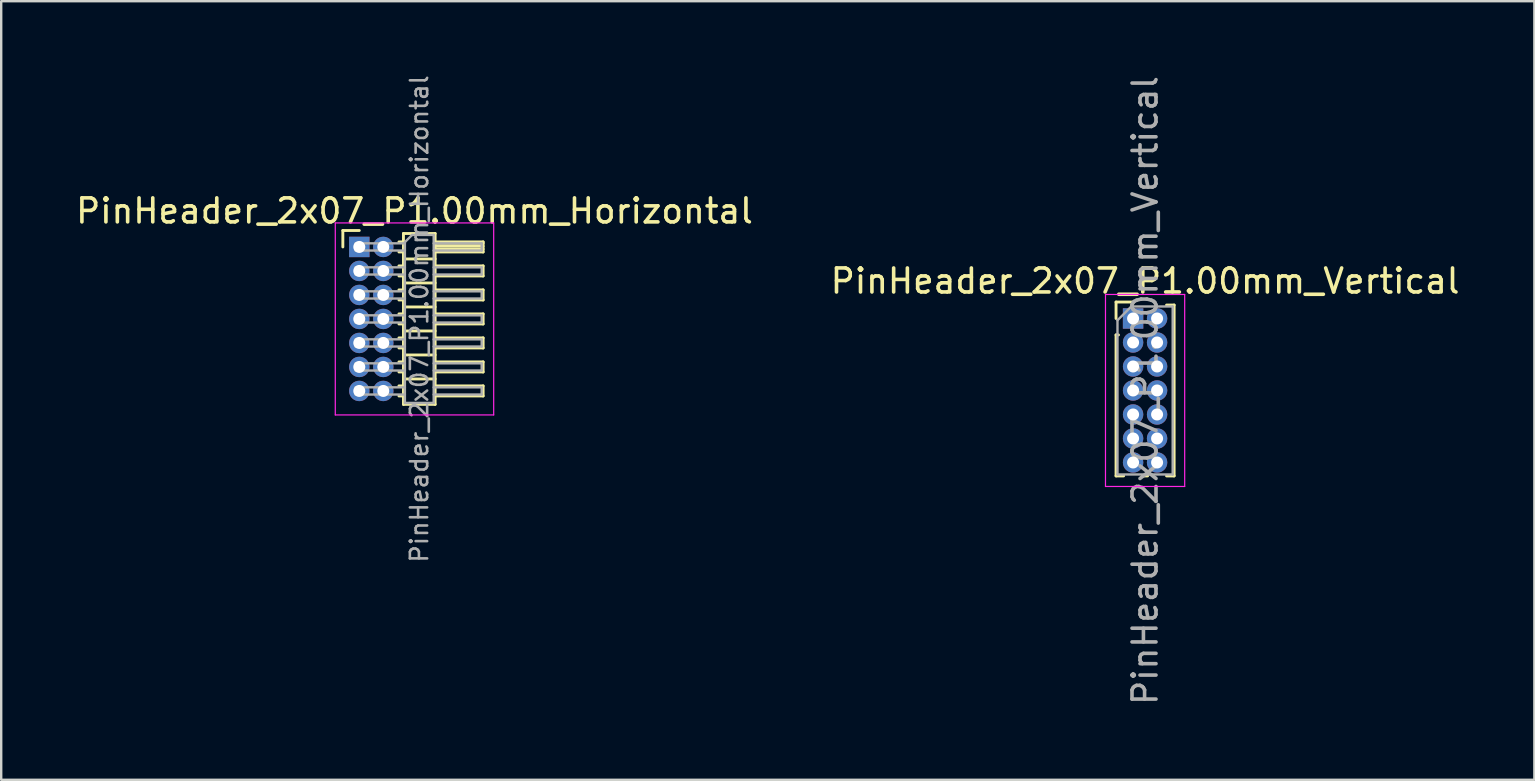
<source format=kicad_pcb>
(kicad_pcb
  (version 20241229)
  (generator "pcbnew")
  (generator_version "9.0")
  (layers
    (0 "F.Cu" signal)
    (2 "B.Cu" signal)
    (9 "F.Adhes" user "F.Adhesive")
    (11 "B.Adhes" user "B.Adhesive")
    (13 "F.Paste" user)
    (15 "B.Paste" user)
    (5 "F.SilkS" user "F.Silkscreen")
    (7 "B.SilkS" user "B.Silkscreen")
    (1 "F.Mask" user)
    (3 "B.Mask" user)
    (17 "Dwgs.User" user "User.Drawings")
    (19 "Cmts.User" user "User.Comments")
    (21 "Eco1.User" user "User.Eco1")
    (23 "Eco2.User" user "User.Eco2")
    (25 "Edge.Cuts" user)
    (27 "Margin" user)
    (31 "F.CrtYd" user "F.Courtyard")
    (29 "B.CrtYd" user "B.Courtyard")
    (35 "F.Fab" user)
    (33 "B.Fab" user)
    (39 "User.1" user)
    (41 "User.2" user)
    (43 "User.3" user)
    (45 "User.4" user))
  (footprint "PinHeader_2x07_P1.00mm_Horizontal"
    (layer "F.Cu")
    (at 11.92 7.239)
    (property "Reference" "PinHeader_2x07_P1.00mm_Horizontal" (at 2.3 -1.5 0) (layer "F.SilkS") (effects (font (size 1 1) (thickness 0.15))))
    (attr through_hole)
    (fp_line (start -0.685 -0.685) (end 0 -0.685) (stroke (width 0.12) (type solid)) (layer "F.SilkS"))
    (fp_line (start -0.685 0) (end -0.685 -0.685) (stroke (width 0.12) (type solid)) (layer "F.SilkS"))
    (fp_line (start 1.652 -0.21) (end 1.84 -0.21) (stroke (width 0.12) (type solid)) (layer "F.SilkS"))
    (fp_line (start 1.652 0.21) (end 1.84 0.21) (stroke (width 0.12) (type solid)) (layer "F.SilkS"))
    (fp_line (start 1.652 0.79) (end 1.84 0.79) (stroke (width 0.12) (type solid)) (layer "F.SilkS"))
    (fp_line (start 1.652 1.21) (end 1.84 1.21) (stroke (width 0.12) (type solid)) (layer "F.SilkS"))
    (fp_line (start 1.652 1.79) (end 1.84 1.79) (stroke (width 0.12) (type solid)) (layer "F.SilkS"))
    (fp_line (start 1.652 2.21) (end 1.84 2.21) (stroke (width 0.12) (type solid)) (layer "F.SilkS"))
    (fp_line (start 1.652 2.79) (end 1.84 2.79) (stroke (width 0.12) (type solid)) (layer "F.SilkS"))
    (fp_line (start 1.652 3.21) (end 1.84 3.21) (stroke (width 0.12) (type solid)) (layer "F.SilkS"))
    (fp_line (start 1.652 3.79) (end 1.84 3.79) (stroke (width 0.12) (type solid)) (layer "F.SilkS"))
    (fp_line (start 1.652 4.21) (end 1.84 4.21) (stroke (width 0.12) (type solid)) (layer "F.SilkS"))
    (fp_line (start 1.652 4.79) (end 1.84 4.79) (stroke (width 0.12) (type solid)) (layer "F.SilkS"))
    (fp_line (start 1.652 5.21) (end 1.84 5.21) (stroke (width 0.12) (type solid)) (layer "F.SilkS"))
    (fp_line (start 1.652 5.79) (end 1.84 5.79) (stroke (width 0.12) (type solid)) (layer "F.SilkS"))
    (fp_line (start 1.652 6.21) (end 1.84 6.21) (stroke (width 0.12) (type solid)) (layer "F.SilkS"))
    (fp_line (start 1.84 -0.56) (end 1.84 6.56) (stroke (width 0.12) (type solid)) (layer "F.SilkS"))
    (fp_line (start 1.84 0.5) (end 3.16 0.5) (stroke (width 0.12) (type solid)) (layer "F.SilkS"))
    (fp_line (start 1.84 1.5) (end 3.16 1.5) (stroke (width 0.12) (type solid)) (layer "F.SilkS"))
    (fp_line (start 1.84 2.5) (end 3.16 2.5) (stroke (width 0.12) (type solid)) (layer "F.SilkS"))
    (fp_line (start 1.84 3.5) (end 3.16 3.5) (stroke (width 0.12) (type solid)) (layer "F.SilkS"))
    (fp_line (start 1.84 4.5) (end 3.16 4.5) (stroke (width 0.12) (type solid)) (layer "F.SilkS"))
    (fp_line (start 1.84 5.5) (end 3.16 5.5) (stroke (width 0.12) (type solid)) (layer "F.SilkS"))
    (fp_line (start 1.84 6.56) (end 3.16 6.56) (stroke (width 0.12) (type solid)) (layer "F.SilkS"))
    (fp_line (start 3.16 -0.56) (end 1.84 -0.56) (stroke (width 0.12) (type solid)) (layer "F.SilkS"))
    (fp_line (start 3.16 -0.21) (end 5.16 -0.21) (stroke (width 0.12) (type solid)) (layer "F.SilkS"))
    (fp_line (start 3.16 -0.15) (end 5.16 -0.15) (stroke (width 0.12) (type solid)) (layer "F.SilkS"))
    (fp_line (start 3.16 -0.03) (end 5.16 -0.03) (stroke (width 0.12) (type solid)) (layer "F.SilkS"))
    (fp_line (start 3.16 0.09) (end 5.16 0.09) (stroke (width 0.12) (type solid)) (layer "F.SilkS"))
    (fp_line (start 3.16 0.79) (end 5.16 0.79) (stroke (width 0.12) (type solid)) (layer "F.SilkS"))
    (fp_line (start 3.16 1.79) (end 5.16 1.79) (stroke (width 0.12) (type solid)) (layer "F.SilkS"))
    (fp_line (start 3.16 2.79) (end 5.16 2.79) (stroke (width 0.12) (type solid)) (layer "F.SilkS"))
    (fp_line (start 3.16 3.79) (end 5.16 3.79) (stroke (width 0.12) (type solid)) (layer "F.SilkS"))
    (fp_line (start 3.16 4.79) (end 5.16 4.79) (stroke (width 0.12) (type solid)) (layer "F.SilkS"))
    (fp_line (start 3.16 5.79) (end 5.16 5.79) (stroke (width 0.12) (type solid)) (layer "F.SilkS"))
    (fp_line (start 3.16 6.56) (end 3.16 -0.56) (stroke (width 0.12) (type solid)) (layer "F.SilkS"))
    (fp_line (start 5.16 -0.21) (end 5.16 0.21) (stroke (width 0.12) (type solid)) (layer "F.SilkS"))
    (fp_line (start 5.16 0.21) (end 3.16 0.21) (stroke (width 0.12) (type solid)) (layer "F.SilkS"))
    (fp_line (start 5.16 0.79) (end 5.16 1.21) (stroke (width 0.12) (type solid)) (layer "F.SilkS"))
    (fp_line (start 5.16 1.21) (end 3.16 1.21) (stroke (width 0.12) (type solid)) (layer "F.SilkS"))
    (fp_line (start 5.16 1.79) (end 5.16 2.21) (stroke (width 0.12) (type solid)) (layer "F.SilkS"))
    (fp_line (start 5.16 2.21) (end 3.16 2.21) (stroke (width 0.12) (type solid)) (layer "F.SilkS"))
    (fp_line (start 5.16 2.79) (end 5.16 3.21) (stroke (width 0.12) (type solid)) (layer "F.SilkS"))
    (fp_line (start 5.16 3.21) (end 3.16 3.21) (stroke (width 0.12) (type solid)) (layer "F.SilkS"))
    (fp_line (start 5.16 3.79) (end 5.16 4.21) (stroke (width 0.12) (type solid)) (layer "F.SilkS"))
    (fp_line (start 5.16 4.21) (end 3.16 4.21) (stroke (width 0.12) (type solid)) (layer "F.SilkS"))
    (fp_line (start 5.16 4.79) (end 5.16 5.21) (stroke (width 0.12) (type solid)) (layer "F.SilkS"))
    (fp_line (start 5.16 5.21) (end 3.16 5.21) (stroke (width 0.12) (type solid)) (layer "F.SilkS"))
    (fp_line (start 5.16 5.79) (end 5.16 6.21) (stroke (width 0.12) (type solid)) (layer "F.SilkS"))
    (fp_line (start 5.16 6.21) (end 3.16 6.21) (stroke (width 0.12) (type solid)) (layer "F.SilkS"))
    (fp_line (start -1 -1) (end -1 7) (stroke (width 0.05) (type solid)) (layer "F.CrtYd"))
    (fp_line (start -1 7) (end 5.6 7) (stroke (width 0.05) (type solid)) (layer "F.CrtYd"))
    (fp_line (start 5.6 -1) (end -1 -1) (stroke (width 0.05) (type solid)) (layer "F.CrtYd"))
    (fp_line (start 5.6 7) (end 5.6 -1) (stroke (width 0.05) (type solid)) (layer "F.CrtYd"))
    (fp_line (start -0.15 -0.15) (end -0.15 0.15) (stroke (width 0.1) (type solid)) (layer "F.Fab"))
    (fp_line (start -0.15 -0.15) (end 1.9 -0.15) (stroke (width 0.1) (type solid)) (layer "F.Fab"))
    (fp_line (start -0.15 0.15) (end 1.9 0.15) (stroke (width 0.1) (type solid)) (layer "F.Fab"))
    (fp_line (start -0.15 0.85) (end -0.15 1.15) (stroke (width 0.1) (type solid)) (layer "F.Fab"))
    (fp_line (start -0.15 0.85) (end 1.9 0.85) (stroke (width 0.1) (type solid)) (layer "F.Fab"))
    (fp_line (start -0.15 1.15) (end 1.9 1.15) (stroke (width 0.1) (type solid)) (layer "F.Fab"))
    (fp_line (start -0.15 1.85) (end -0.15 2.15) (stroke (width 0.1) (type solid)) (layer "F.Fab"))
    (fp_line (start -0.15 1.85) (end 1.9 1.85) (stroke (width 0.1) (type solid)) (layer "F.Fab"))
    (fp_line (start -0.15 2.15) (end 1.9 2.15) (stroke (width 0.1) (type solid)) (layer "F.Fab"))
    (fp_line (start -0.15 2.85) (end -0.15 3.15) (stroke (width 0.1) (type solid)) (layer "F.Fab"))
    (fp_line (start -0.15 2.85) (end 1.9 2.85) (stroke (width 0.1) (type solid)) (layer "F.Fab"))
    (fp_line (start -0.15 3.15) (end 1.9 3.15) (stroke (width 0.1) (type solid)) (layer "F.Fab"))
    (fp_line (start -0.15 3.85) (end -0.15 4.15) (stroke (width 0.1) (type solid)) (layer "F.Fab"))
    (fp_line (start -0.15 3.85) (end 1.9 3.85) (stroke (width 0.1) (type solid)) (layer "F.Fab"))
    (fp_line (start -0.15 4.15) (end 1.9 4.15) (stroke (width 0.1) (type solid)) (layer "F.Fab"))
    (fp_line (start -0.15 4.85) (end -0.15 5.15) (stroke (width 0.1) (type solid)) (layer "F.Fab"))
    (fp_line (start -0.15 4.85) (end 1.9 4.85) (stroke (width 0.1) (type solid)) (layer "F.Fab"))
    (fp_line (start -0.15 5.15) (end 1.9 5.15) (stroke (width 0.1) (type solid)) (layer "F.Fab"))
    (fp_line (start -0.15 5.85) (end -0.15 6.15) (stroke (width 0.1) (type solid)) (layer "F.Fab"))
    (fp_line (start -0.15 5.85) (end 1.9 5.85) (stroke (width 0.1) (type solid)) (layer "F.Fab"))
    (fp_line (start -0.15 6.15) (end 1.9 6.15) (stroke (width 0.1) (type solid)) (layer "F.Fab"))
    (fp_line (start 1.9 -0.2) (end 2.2 -0.5) (stroke (width 0.1) (type solid)) (layer "F.Fab"))
    (fp_line (start 1.9 6.5) (end 1.9 -0.2) (stroke (width 0.1) (type solid)) (layer "F.Fab"))
    (fp_line (start 2.2 -0.5) (end 3.1 -0.5) (stroke (width 0.1) (type solid)) (layer "F.Fab"))
    (fp_line (start 3.1 -0.5) (end 3.1 6.5) (stroke (width 0.1) (type solid)) (layer "F.Fab"))
    (fp_line (start 3.1 -0.15) (end 5.1 -0.15) (stroke (width 0.1) (type solid)) (layer "F.Fab"))
    (fp_line (start 3.1 0.15) (end 5.1 0.15) (stroke (width 0.1) (type solid)) (layer "F.Fab"))
    (fp_line (start 3.1 0.85) (end 5.1 0.85) (stroke (width 0.1) (type solid)) (layer "F.Fab"))
    (fp_line (start 3.1 1.15) (end 5.1 1.15) (stroke (width 0.1) (type solid)) (layer "F.Fab"))
    (fp_line (start 3.1 1.85) (end 5.1 1.85) (stroke (width 0.1) (type solid)) (layer "F.Fab"))
    (fp_line (start 3.1 2.15) (end 5.1 2.15) (stroke (width 0.1) (type solid)) (layer "F.Fab"))
    (fp_line (start 3.1 2.85) (end 5.1 2.85) (stroke (width 0.1) (type solid)) (layer "F.Fab"))
    (fp_line (start 3.1 3.15) (end 5.1 3.15) (stroke (width 0.1) (type solid)) (layer "F.Fab"))
    (fp_line (start 3.1 3.85) (end 5.1 3.85) (stroke (width 0.1) (type solid)) (layer "F.Fab"))
    (fp_line (start 3.1 4.15) (end 5.1 4.15) (stroke (width 0.1) (type solid)) (layer "F.Fab"))
    (fp_line (start 3.1 4.85) (end 5.1 4.85) (stroke (width 0.1) (type solid)) (layer "F.Fab"))
    (fp_line (start 3.1 5.15) (end 5.1 5.15) (stroke (width 0.1) (type solid)) (layer "F.Fab"))
    (fp_line (start 3.1 5.85) (end 5.1 5.85) (stroke (width 0.1) (type solid)) (layer "F.Fab"))
    (fp_line (start 3.1 6.15) (end 5.1 6.15) (stroke (width 0.1) (type solid)) (layer "F.Fab"))
    (fp_line (start 3.1 6.5) (end 1.9 6.5) (stroke (width 0.1) (type solid)) (layer "F.Fab"))
    (fp_line (start 5.1 -0.15) (end 5.1 0.15) (stroke (width 0.1) (type solid)) (layer "F.Fab"))
    (fp_line (start 5.1 0.85) (end 5.1 1.15) (stroke (width 0.1) (type solid)) (layer "F.Fab"))
    (fp_line (start 5.1 1.85) (end 5.1 2.15) (stroke (width 0.1) (type solid)) (layer "F.Fab"))
    (fp_line (start 5.1 2.85) (end 5.1 3.15) (stroke (width 0.1) (type solid)) (layer "F.Fab"))
    (fp_line (start 5.1 3.85) (end 5.1 4.15) (stroke (width 0.1) (type solid)) (layer "F.Fab"))
    (fp_line (start 5.1 4.85) (end 5.1 5.15) (stroke (width 0.1) (type solid)) (layer "F.Fab"))
    (fp_line (start 5.1 5.85) (end 5.1 6.15) (stroke (width 0.1) (type solid)) (layer "F.Fab"))
    (fp_text user "${REFERENCE}" (at 2.5 3 90) (layer "F.Fab") (effects (font (size 0.72 0.72) (thickness 0.108))))
    (pad "1" thru_hole rect (at 0 0) (size 0.85 0.85) (drill 0.5) (layers "*.Cu" "*.Mask"))
    (pad "2" thru_hole oval (at 1 0) (size 0.85 0.85) (drill 0.5) (layers "*.Cu" "*.Mask"))
    (pad "3" thru_hole oval (at 0 1) (size 0.85 0.85) (drill 0.5) (layers "*.Cu" "*.Mask"))
    (pad "4" thru_hole oval (at 1 1) (size 0.85 0.85) (drill 0.5) (layers "*.Cu" "*.Mask"))
    (pad "5" thru_hole oval (at 0 2) (size 0.85 0.85) (drill 0.5) (layers "*.Cu" "*.Mask"))
    (pad "6" thru_hole oval (at 1 2) (size 0.85 0.85) (drill 0.5) (layers "*.Cu" "*.Mask"))
    (pad "7" thru_hole oval (at 0 3) (size 0.85 0.85) (drill 0.5) (layers "*.Cu" "*.Mask"))
    (pad "8" thru_hole oval (at 1 3) (size 0.85 0.85) (drill 0.5) (layers "*.Cu" "*.Mask"))
    (pad "9" thru_hole oval (at 0 4) (size 0.85 0.85) (drill 0.5) (layers "*.Cu" "*.Mask"))
    (pad "10" thru_hole oval (at 1 4) (size 0.85 0.85) (drill 0.5) (layers "*.Cu" "*.Mask"))
    (pad "11" thru_hole oval (at 0 5) (size 0.85 0.85) (drill 0.5) (layers "*.Cu" "*.Mask"))
    (pad "12" thru_hole oval (at 1 5) (size 0.85 0.85) (drill 0.5) (layers "*.Cu" "*.Mask"))
    (pad "13" thru_hole oval (at 0 6) (size 0.85 0.85) (drill 0.5) (layers "*.Cu" "*.Mask"))
    (pad "14" thru_hole oval (at 1 6) (size 0.85 0.85) (drill 0.5) (layers "*.Cu" "*.Mask")))
  (footprint "PinHeader_2x07_P1.00mm_Vertical"
    (layer "F.Cu")
    (at 44.161 10.22)
    (property "Reference" "PinHeader_2x07_P1.00mm_Vertical" (at 0.5 -1.56 0) (layer "F.SilkS") (effects (font (size 1 1) (thickness 0.15))))
    (attr through_hole)
    (fp_line (start -0.71 -0.685) (end 0 -0.685) (stroke (width 0.12) (type solid)) (layer "F.SilkS"))
    (fp_line (start -0.71 0) (end -0.71 -0.685) (stroke (width 0.12) (type solid)) (layer "F.SilkS"))
    (fp_line (start -0.71 0.685) (end -0.71 6.56) (stroke (width 0.12) (type solid)) (layer "F.SilkS"))
    (fp_line (start -0.71 0.685) (end -0.608 0.685) (stroke (width 0.12) (type solid)) (layer "F.SilkS"))
    (fp_line (start -0.71 6.56) (end -0.394 6.56) (stroke (width 0.12) (type solid)) (layer "F.SilkS"))
    (fp_line (start 0.394 6.56) (end 0.606 6.56) (stroke (width 0.12) (type solid)) (layer "F.SilkS"))
    (fp_line (start 1.394 -0.56) (end 1.71 -0.56) (stroke (width 0.12) (type solid)) (layer "F.SilkS"))
    (fp_line (start 1.394 6.56) (end 1.71 6.56) (stroke (width 0.12) (type solid)) (layer "F.SilkS"))
    (fp_line (start 1.71 -0.56) (end 1.71 6.56) (stroke (width 0.12) (type solid)) (layer "F.SilkS"))
    (fp_line (start -1.15 -1) (end -1.15 7) (stroke (width 0.05) (type solid)) (layer "F.CrtYd"))
    (fp_line (start -1.15 7) (end 2.15 7) (stroke (width 0.05) (type solid)) (layer "F.CrtYd"))
    (fp_line (start 2.15 -1) (end -1.15 -1) (stroke (width 0.05) (type solid)) (layer "F.CrtYd"))
    (fp_line (start 2.15 7) (end 2.15 -1) (stroke (width 0.05) (type solid)) (layer "F.CrtYd"))
    (fp_line (start -0.65 0.075) (end -0.075 -0.5) (stroke (width 0.1) (type solid)) (layer "F.Fab"))
    (fp_line (start -0.65 6.5) (end -0.65 0.075) (stroke (width 0.1) (type solid)) (layer "F.Fab"))
    (fp_line (start -0.075 -0.5) (end 1.65 -0.5) (stroke (width 0.1) (type solid)) (layer "F.Fab"))
    (fp_line (start 1.65 -0.5) (end 1.65 6.5) (stroke (width 0.1) (type solid)) (layer "F.Fab"))
    (fp_line (start 1.65 6.5) (end -0.65 6.5) (stroke (width 0.1) (type solid)) (layer "F.Fab"))
    (fp_text user "${REFERENCE}" (at 0.5 3 90) (layer "F.Fab") (effects (font (size 1 1) (thickness 0.15))))
    (pad "1" thru_hole rect (at 0 0) (size 0.85 0.85) (drill 0.5) (layers "*.Cu" "*.Mask"))
    (pad "2" thru_hole oval (at 1 0) (size 0.85 0.85) (drill 0.5) (layers "*.Cu" "*.Mask"))
    (pad "3" thru_hole oval (at 0 1) (size 0.85 0.85) (drill 0.5) (layers "*.Cu" "*.Mask"))
    (pad "4" thru_hole oval (at 1 1) (size 0.85 0.85) (drill 0.5) (layers "*.Cu" "*.Mask"))
    (pad "5" thru_hole oval (at 0 2) (size 0.85 0.85) (drill 0.5) (layers "*.Cu" "*.Mask"))
    (pad "6" thru_hole oval (at 1 2) (size 0.85 0.85) (drill 0.5) (layers "*.Cu" "*.Mask"))
    (pad "7" thru_hole oval (at 0 3) (size 0.85 0.85) (drill 0.5) (layers "*.Cu" "*.Mask"))
    (pad "8" thru_hole oval (at 1 3) (size 0.85 0.85) (drill 0.5) (layers "*.Cu" "*.Mask"))
    (pad "9" thru_hole oval (at 0 4) (size 0.85 0.85) (drill 0.5) (layers "*.Cu" "*.Mask"))
    (pad "10" thru_hole oval (at 1 4) (size 0.85 0.85) (drill 0.5) (layers "*.Cu" "*.Mask"))
    (pad "11" thru_hole oval (at 0 5) (size 0.85 0.85) (drill 0.5) (layers "*.Cu" "*.Mask"))
    (pad "12" thru_hole oval (at 1 5) (size 0.85 0.85) (drill 0.5) (layers "*.Cu" "*.Mask"))
    (pad "13" thru_hole oval (at 0 6) (size 0.85 0.85) (drill 0.5) (layers "*.Cu" "*.Mask"))
    (pad "14" thru_hole oval (at 1 6) (size 0.85 0.85) (drill 0.5) (layers "*.Cu" "*.Mask")))
  (gr_rect
    (start -3 -3)
    (end 60.881 29.44)
    (stroke (width 0.1) (type default))
    (fill no)
    (layer "Edge.Cuts")))
</source>
